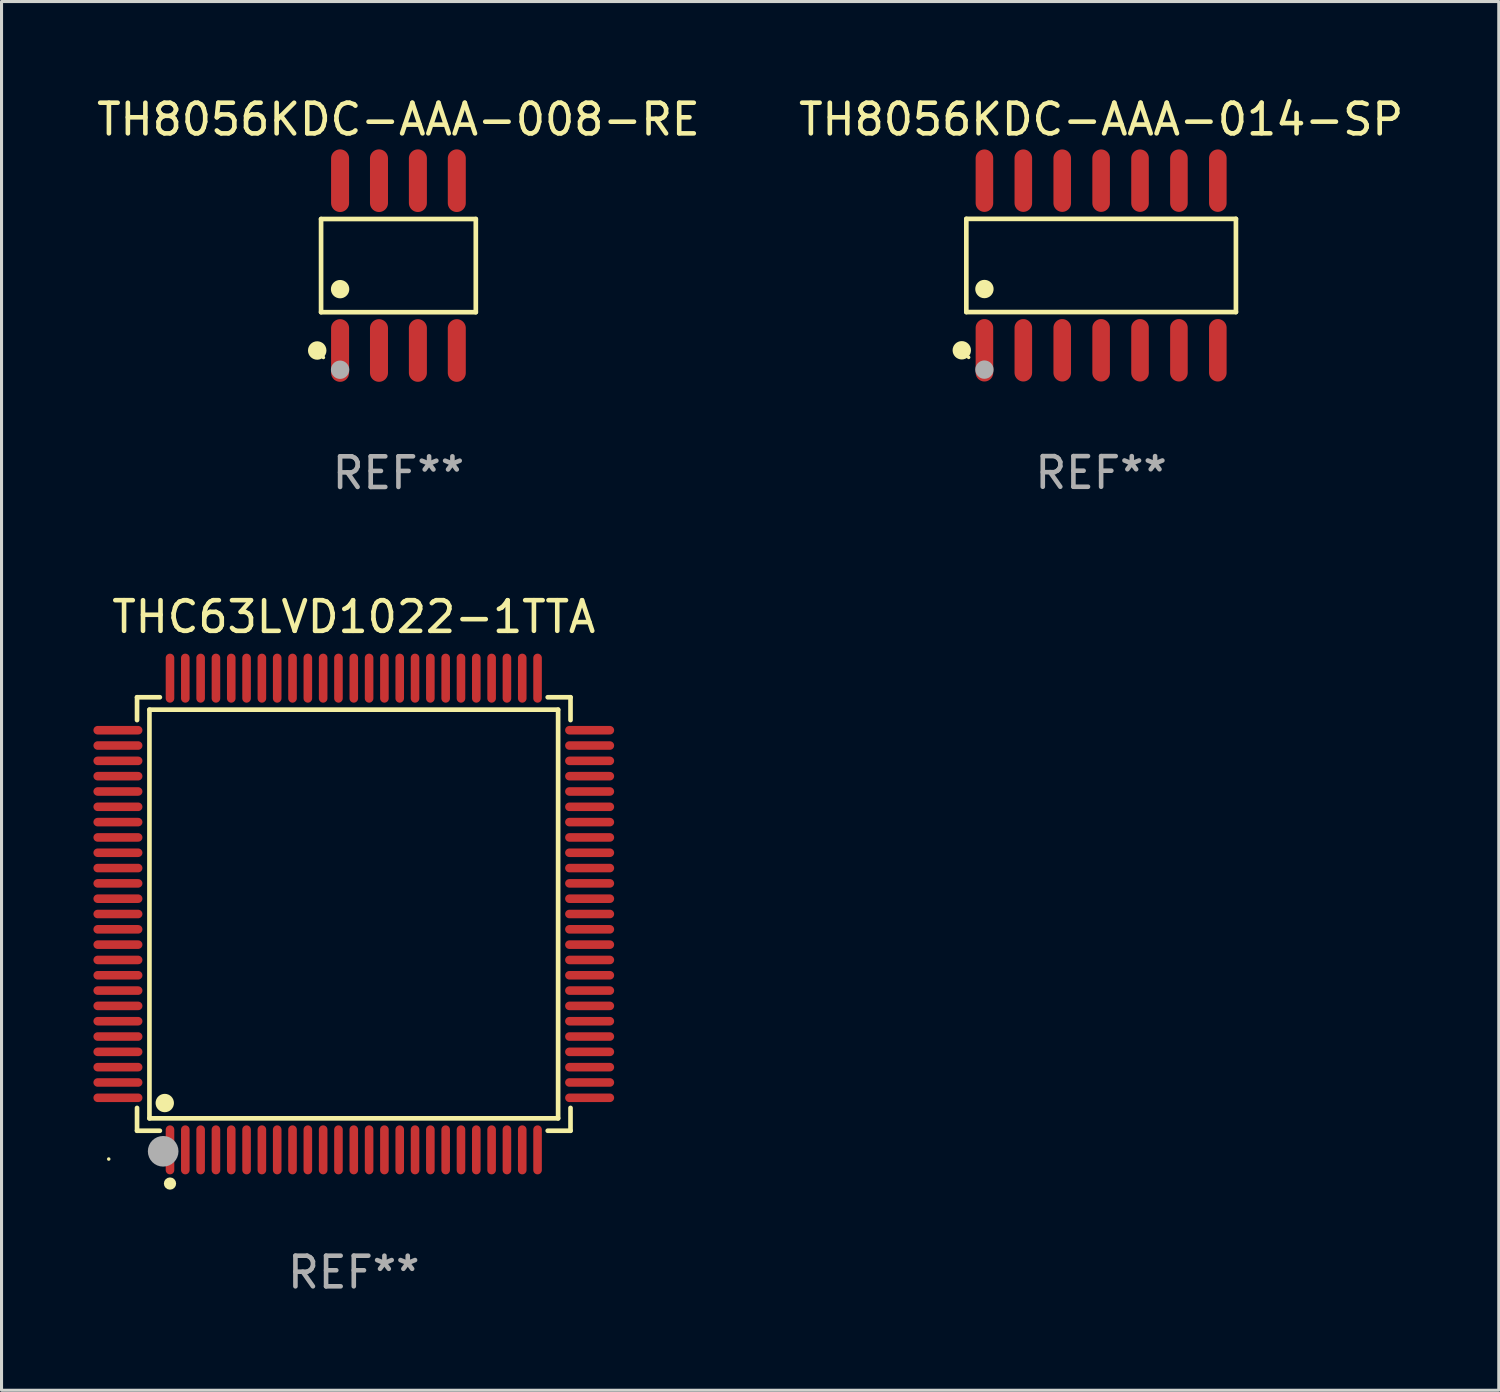
<source format=kicad_pcb>
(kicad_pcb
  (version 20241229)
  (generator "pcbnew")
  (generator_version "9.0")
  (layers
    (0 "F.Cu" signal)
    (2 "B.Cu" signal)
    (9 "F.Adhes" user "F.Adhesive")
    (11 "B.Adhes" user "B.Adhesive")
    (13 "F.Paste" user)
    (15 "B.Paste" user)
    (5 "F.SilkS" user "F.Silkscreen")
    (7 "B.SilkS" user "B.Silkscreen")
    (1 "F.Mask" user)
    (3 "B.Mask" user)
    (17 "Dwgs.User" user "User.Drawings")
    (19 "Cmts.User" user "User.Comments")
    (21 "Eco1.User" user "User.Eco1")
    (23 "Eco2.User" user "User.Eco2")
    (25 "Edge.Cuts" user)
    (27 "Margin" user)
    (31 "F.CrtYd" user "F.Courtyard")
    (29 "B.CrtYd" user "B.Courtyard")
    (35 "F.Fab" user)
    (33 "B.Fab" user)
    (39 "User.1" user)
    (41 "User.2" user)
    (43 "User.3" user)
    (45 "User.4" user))
  (footprint "TH8056KDC-AAA-008-RE"
    (layer "F.Cu")
    (at 9.958 5.621)
    (property "Reference" "TH8056KDC-AAA-008-RE" (at 0 -4.772 0) (layer "F.SilkS") (effects (font (size 1 1) (thickness 0.15))))
    (attr through_hole)
    (fp_line (start -2.526 -1.521) (end 2.526 -1.521) (stroke (width 0.152) (type solid)) (layer "F.SilkS"))
    (fp_line (start -2.526 1.521) (end -2.526 -1.521) (stroke (width 0.152) (type solid)) (layer "F.SilkS"))
    (fp_line (start 2.526 -1.521) (end 2.526 1.521) (stroke (width 0.152) (type solid)) (layer "F.SilkS"))
    (fp_line (start 2.526 1.521) (end -2.526 1.521) (stroke (width 0.152) (type solid)) (layer "F.SilkS"))
    (fp_circle (center -2.652 2.772) (end -2.501 2.772) (stroke (width 0.3) (type solid)) (fill no) (layer "F.SilkS"))
    (fp_circle (center -2.45 3) (end -2.42 3) (stroke (width 0.06) (type solid)) (fill no) (layer "F.SilkS"))
    (fp_circle (center -1.905 0.769) (end -1.755 0.769) (stroke (width 0.3) (type solid)) (fill no) (layer "F.SilkS"))
    (fp_circle (center -1.905 3.4) (end -1.755 3.4) (stroke (width 0.3) (type solid)) (fill no) (layer "F.Fab"))
    (fp_text user "REF**" (at 0 6.772 0) (layer "F.Fab") (effects (font (size 1 1) (thickness 0.15))))
    (pad "1" smd oval (at -1.905 2.772) (size 0.588 2.045) (layers "F.Cu" "F.Mask" "F.Paste"))
    (pad "2" smd oval (at -0.635 2.772) (size 0.588 2.045) (layers "F.Cu" "F.Mask" "F.Paste"))
    (pad "3" smd oval (at 0.635 2.772) (size 0.588 2.045) (layers "F.Cu" "F.Mask" "F.Paste"))
    (pad "4" smd oval (at 1.905 2.772) (size 0.588 2.045) (layers "F.Cu" "F.Mask" "F.Paste"))
    (pad "5" smd oval (at 1.905 -2.772) (size 0.588 2.045) (layers "F.Cu" "F.Mask" "F.Paste"))
    (pad "6" smd oval (at 0.635 -2.772) (size 0.588 2.045) (layers "F.Cu" "F.Mask" "F.Paste"))
    (pad "7" smd oval (at -0.635 -2.772) (size 0.588 2.045) (layers "F.Cu" "F.Mask" "F.Paste"))
    (pad "8" smd oval (at -1.905 -2.772) (size 0.588 2.045) (layers "F.Cu" "F.Mask" "F.Paste")))
  (footprint "THC63LVD1022-1TTA"
    (layer "F.Cu")
    (at 8.5 26.79)
    (property "Reference" "THC63LVD1022-1TTA" (at 0 -9.7 0) (layer "F.SilkS") (effects (font (size 1 1) (thickness 0.15))))
    (attr through_hole)
    (fp_line (start -7.076 -7.076) (end -6.331 -7.076) (stroke (width 0.152) (type solid)) (layer "F.SilkS"))
    (fp_line (start -7.076 -6.331) (end -7.076 -7.076) (stroke (width 0.152) (type solid)) (layer "F.SilkS"))
    (fp_line (start -7.076 6.331) (end -7.076 7.076) (stroke (width 0.152) (type solid)) (layer "F.SilkS"))
    (fp_line (start -7.076 7.076) (end -6.331 7.076) (stroke (width 0.152) (type solid)) (layer "F.SilkS"))
    (fp_line (start -6.671 -6.671) (end 6.671 -6.671) (stroke (width 0.152) (type solid)) (layer "F.SilkS"))
    (fp_line (start -6.671 6.671) (end -6.671 -6.671) (stroke (width 0.152) (type solid)) (layer "F.SilkS"))
    (fp_line (start 6.671 -6.671) (end 6.671 6.671) (stroke (width 0.152) (type solid)) (layer "F.SilkS"))
    (fp_line (start 6.671 6.671) (end -6.671 6.671) (stroke (width 0.152) (type solid)) (layer "F.SilkS"))
    (fp_line (start 7.076 -7.076) (end 6.331 -7.076) (stroke (width 0.152) (type solid)) (layer "F.SilkS"))
    (fp_line (start 7.076 -6.331) (end 7.076 -7.076) (stroke (width 0.152) (type solid)) (layer "F.SilkS"))
    (fp_line (start 7.076 6.331) (end 7.076 7.076) (stroke (width 0.152) (type solid)) (layer "F.SilkS"))
    (fp_line (start 7.076 7.076) (end 6.331 7.076) (stroke (width 0.152) (type solid)) (layer "F.SilkS"))
    (fp_circle (center -8 8) (end -7.97 8) (stroke (width 0.06) (type solid)) (fill no) (layer "F.SilkS"))
    (fp_circle (center -6.171 6.171) (end -6.021 6.171) (stroke (width 0.3) (type solid)) (fill no) (layer "F.SilkS"))
    (fp_circle (center -6 8.8) (end -5.9 8.8) (stroke (width 0.2) (type solid)) (fill no) (layer "F.SilkS"))
    (fp_circle (center -6.223 7.747) (end -5.973 7.747) (stroke (width 0.5) (type solid)) (fill no) (layer "F.Fab"))
    (fp_text user "REF**" (at 0 11.7 0) (layer "F.Fab") (effects (font (size 1 1) (thickness 0.15))))
    (pad "1" smd oval (at -6 7.7) (size 0.28 1.6) (layers "F.Cu" "F.Mask" "F.Paste"))
    (pad "2" smd oval (at -5.5 7.7) (size 0.28 1.6) (layers "F.Cu" "F.Mask" "F.Paste"))
    (pad "3" smd oval (at -5 7.7) (size 0.28 1.6) (layers "F.Cu" "F.Mask" "F.Paste"))
    (pad "4" smd oval (at -4.5 7.7) (size 0.28 1.6) (layers "F.Cu" "F.Mask" "F.Paste"))
    (pad "5" smd oval (at -4 7.7) (size 0.28 1.6) (layers "F.Cu" "F.Mask" "F.Paste"))
    (pad "6" smd oval (at -3.5 7.7) (size 0.28 1.6) (layers "F.Cu" "F.Mask" "F.Paste"))
    (pad "7" smd oval (at -3 7.7) (size 0.28 1.6) (layers "F.Cu" "F.Mask" "F.Paste"))
    (pad "8" smd oval (at -2.5 7.7) (size 0.28 1.6) (layers "F.Cu" "F.Mask" "F.Paste"))
    (pad "9" smd oval (at -2 7.7) (size 0.28 1.6) (layers "F.Cu" "F.Mask" "F.Paste"))
    (pad "10" smd oval (at -1.5 7.7) (size 0.28 1.6) (layers "F.Cu" "F.Mask" "F.Paste"))
    (pad "11" smd oval (at -1 7.7) (size 0.28 1.6) (layers "F.Cu" "F.Mask" "F.Paste"))
    (pad "12" smd oval (at -0.5 7.7) (size 0.28 1.6) (layers "F.Cu" "F.Mask" "F.Paste"))
    (pad "13" smd oval (at 0 7.7) (size 0.28 1.6) (layers "F.Cu" "F.Mask" "F.Paste"))
    (pad "14" smd oval (at 0.5 7.7) (size 0.28 1.6) (layers "F.Cu" "F.Mask" "F.Paste"))
    (pad "15" smd oval (at 1 7.7) (size 0.28 1.6) (layers "F.Cu" "F.Mask" "F.Paste"))
    (pad "16" smd oval (at 1.5 7.7) (size 0.28 1.6) (layers "F.Cu" "F.Mask" "F.Paste"))
    (pad "17" smd oval (at 2 7.7) (size 0.28 1.6) (layers "F.Cu" "F.Mask" "F.Paste"))
    (pad "18" smd oval (at 2.5 7.7) (size 0.28 1.6) (layers "F.Cu" "F.Mask" "F.Paste"))
    (pad "19" smd oval (at 3 7.7) (size 0.28 1.6) (layers "F.Cu" "F.Mask" "F.Paste"))
    (pad "20" smd oval (at 3.5 7.7) (size 0.28 1.6) (layers "F.Cu" "F.Mask" "F.Paste"))
    (pad "21" smd oval (at 4 7.7) (size 0.28 1.6) (layers "F.Cu" "F.Mask" "F.Paste"))
    (pad "22" smd oval (at 4.5 7.7) (size 0.28 1.6) (layers "F.Cu" "F.Mask" "F.Paste"))
    (pad "23" smd oval (at 5 7.7) (size 0.28 1.6) (layers "F.Cu" "F.Mask" "F.Paste"))
    (pad "24" smd oval (at 5.5 7.7) (size 0.28 1.6) (layers "F.Cu" "F.Mask" "F.Paste"))
    (pad "25" smd oval (at 6 7.7) (size 0.28 1.6) (layers "F.Cu" "F.Mask" "F.Paste"))
    (pad "26" smd oval (at 7.7 6) (size 1.6 0.28) (layers "F.Cu" "F.Mask" "F.Paste"))
    (pad "27" smd oval (at 7.7 5.5) (size 1.6 0.28) (layers "F.Cu" "F.Mask" "F.Paste"))
    (pad "28" smd oval (at 7.7 5) (size 1.6 0.28) (layers "F.Cu" "F.Mask" "F.Paste"))
    (pad "29" smd oval (at 7.7 4.5) (size 1.6 0.28) (layers "F.Cu" "F.Mask" "F.Paste"))
    (pad "30" smd oval (at 7.7 4) (size 1.6 0.28) (layers "F.Cu" "F.Mask" "F.Paste"))
    (pad "31" smd oval (at 7.7 3.5) (size 1.6 0.28) (layers "F.Cu" "F.Mask" "F.Paste"))
    (pad "32" smd oval (at 7.7 3) (size 1.6 0.28) (layers "F.Cu" "F.Mask" "F.Paste"))
    (pad "33" smd oval (at 7.7 2.5) (size 1.6 0.28) (layers "F.Cu" "F.Mask" "F.Paste"))
    (pad "34" smd oval (at 7.7 2) (size 1.6 0.28) (layers "F.Cu" "F.Mask" "F.Paste"))
    (pad "35" smd oval (at 7.7 1.5) (size 1.6 0.28) (layers "F.Cu" "F.Mask" "F.Paste"))
    (pad "36" smd oval (at 7.7 1) (size 1.6 0.28) (layers "F.Cu" "F.Mask" "F.Paste"))
    (pad "37" smd oval (at 7.7 0.5) (size 1.6 0.28) (layers "F.Cu" "F.Mask" "F.Paste"))
    (pad "38" smd oval (at 7.7 0) (size 1.6 0.28) (layers "F.Cu" "F.Mask" "F.Paste"))
    (pad "39" smd oval (at 7.7 -0.5) (size 1.6 0.28) (layers "F.Cu" "F.Mask" "F.Paste"))
    (pad "40" smd oval (at 7.7 -1) (size 1.6 0.28) (layers "F.Cu" "F.Mask" "F.Paste"))
    (pad "41" smd oval (at 7.7 -1.5) (size 1.6 0.28) (layers "F.Cu" "F.Mask" "F.Paste"))
    (pad "42" smd oval (at 7.7 -2) (size 1.6 0.28) (layers "F.Cu" "F.Mask" "F.Paste"))
    (pad "43" smd oval (at 7.7 -2.5) (size 1.6 0.28) (layers "F.Cu" "F.Mask" "F.Paste"))
    (pad "44" smd oval (at 7.7 -3) (size 1.6 0.28) (layers "F.Cu" "F.Mask" "F.Paste"))
    (pad "45" smd oval (at 7.7 -3.5) (size 1.6 0.28) (layers "F.Cu" "F.Mask" "F.Paste"))
    (pad "46" smd oval (at 7.7 -4) (size 1.6 0.28) (layers "F.Cu" "F.Mask" "F.Paste"))
    (pad "47" smd oval (at 7.7 -4.5) (size 1.6 0.28) (layers "F.Cu" "F.Mask" "F.Paste"))
    (pad "48" smd oval (at 7.7 -5) (size 1.6 0.28) (layers "F.Cu" "F.Mask" "F.Paste"))
    (pad "49" smd oval (at 7.7 -5.5) (size 1.6 0.28) (layers "F.Cu" "F.Mask" "F.Paste"))
    (pad "50" smd oval (at 7.7 -6) (size 1.6 0.28) (layers "F.Cu" "F.Mask" "F.Paste"))
    (pad "51" smd oval (at 6 -7.7) (size 0.28 1.6) (layers "F.Cu" "F.Mask" "F.Paste"))
    (pad "52" smd oval (at 5.5 -7.7) (size 0.28 1.6) (layers "F.Cu" "F.Mask" "F.Paste"))
    (pad "53" smd oval (at 5 -7.7) (size 0.28 1.6) (layers "F.Cu" "F.Mask" "F.Paste"))
    (pad "54" smd oval (at 4.5 -7.7) (size 0.28 1.6) (layers "F.Cu" "F.Mask" "F.Paste"))
    (pad "55" smd oval (at 4 -7.7) (size 0.28 1.6) (layers "F.Cu" "F.Mask" "F.Paste"))
    (pad "56" smd oval (at 3.5 -7.7) (size 0.28 1.6) (layers "F.Cu" "F.Mask" "F.Paste"))
    (pad "57" smd oval (at 3 -7.7) (size 0.28 1.6) (layers "F.Cu" "F.Mask" "F.Paste"))
    (pad "58" smd oval (at 2.5 -7.7) (size 0.28 1.6) (layers "F.Cu" "F.Mask" "F.Paste"))
    (pad "59" smd oval (at 2 -7.7) (size 0.28 1.6) (layers "F.Cu" "F.Mask" "F.Paste"))
    (pad "60" smd oval (at 1.5 -7.7) (size 0.28 1.6) (layers "F.Cu" "F.Mask" "F.Paste"))
    (pad "61" smd oval (at 1 -7.7) (size 0.28 1.6) (layers "F.Cu" "F.Mask" "F.Paste"))
    (pad "62" smd oval (at 0.5 -7.7) (size 0.28 1.6) (layers "F.Cu" "F.Mask" "F.Paste"))
    (pad "63" smd oval (at 0 -7.7) (size 0.28 1.6) (layers "F.Cu" "F.Mask" "F.Paste"))
    (pad "64" smd oval (at -0.5 -7.7) (size 0.28 1.6) (layers "F.Cu" "F.Mask" "F.Paste"))
    (pad "65" smd oval (at -1 -7.7) (size 0.28 1.6) (layers "F.Cu" "F.Mask" "F.Paste"))
    (pad "66" smd oval (at -1.5 -7.7) (size 0.28 1.6) (layers "F.Cu" "F.Mask" "F.Paste"))
    (pad "67" smd oval (at -2 -7.7) (size 0.28 1.6) (layers "F.Cu" "F.Mask" "F.Paste"))
    (pad "68" smd oval (at -2.5 -7.7) (size 0.28 1.6) (layers "F.Cu" "F.Mask" "F.Paste"))
    (pad "69" smd oval (at -3 -7.7) (size 0.28 1.6) (layers "F.Cu" "F.Mask" "F.Paste"))
    (pad "70" smd oval (at -3.5 -7.7) (size 0.28 1.6) (layers "F.Cu" "F.Mask" "F.Paste"))
    (pad "71" smd oval (at -4 -7.7) (size 0.28 1.6) (layers "F.Cu" "F.Mask" "F.Paste"))
    (pad "72" smd oval (at -4.5 -7.7) (size 0.28 1.6) (layers "F.Cu" "F.Mask" "F.Paste"))
    (pad "73" smd oval (at -5 -7.7) (size 0.28 1.6) (layers "F.Cu" "F.Mask" "F.Paste"))
    (pad "74" smd oval (at -5.5 -7.7) (size 0.28 1.6) (layers "F.Cu" "F.Mask" "F.Paste"))
    (pad "75" smd oval (at -6 -7.7) (size 0.28 1.6) (layers "F.Cu" "F.Mask" "F.Paste"))
    (pad "76" smd oval (at -7.7 -6) (size 1.6 0.28) (layers "F.Cu" "F.Mask" "F.Paste"))
    (pad "77" smd oval (at -7.7 -5.5) (size 1.6 0.28) (layers "F.Cu" "F.Mask" "F.Paste"))
    (pad "78" smd oval (at -7.7 -5) (size 1.6 0.28) (layers "F.Cu" "F.Mask" "F.Paste"))
    (pad "79" smd oval (at -7.7 -4.5) (size 1.6 0.28) (layers "F.Cu" "F.Mask" "F.Paste"))
    (pad "80" smd oval (at -7.7 -4) (size 1.6 0.28) (layers "F.Cu" "F.Mask" "F.Paste"))
    (pad "81" smd oval (at -7.7 -3.5) (size 1.6 0.28) (layers "F.Cu" "F.Mask" "F.Paste"))
    (pad "82" smd oval (at -7.7 -3) (size 1.6 0.28) (layers "F.Cu" "F.Mask" "F.Paste"))
    (pad "83" smd oval (at -7.7 -2.5) (size 1.6 0.28) (layers "F.Cu" "F.Mask" "F.Paste"))
    (pad "84" smd oval (at -7.7 -2) (size 1.6 0.28) (layers "F.Cu" "F.Mask" "F.Paste"))
    (pad "85" smd oval (at -7.7 -1.5) (size 1.6 0.28) (layers "F.Cu" "F.Mask" "F.Paste"))
    (pad "86" smd oval (at -7.7 -1) (size 1.6 0.28) (layers "F.Cu" "F.Mask" "F.Paste"))
    (pad "87" smd oval (at -7.7 -0.5) (size 1.6 0.28) (layers "F.Cu" "F.Mask" "F.Paste"))
    (pad "88" smd oval (at -7.7 0) (size 1.6 0.28) (layers "F.Cu" "F.Mask" "F.Paste"))
    (pad "89" smd oval (at -7.7 0.5) (size 1.6 0.28) (layers "F.Cu" "F.Mask" "F.Paste"))
    (pad "90" smd oval (at -7.7 1) (size 1.6 0.28) (layers "F.Cu" "F.Mask" "F.Paste"))
    (pad "91" smd oval (at -7.7 1.5) (size 1.6 0.28) (layers "F.Cu" "F.Mask" "F.Paste"))
    (pad "92" smd oval (at -7.7 2) (size 1.6 0.28) (layers "F.Cu" "F.Mask" "F.Paste"))
    (pad "93" smd oval (at -7.7 2.5) (size 1.6 0.28) (layers "F.Cu" "F.Mask" "F.Paste"))
    (pad "94" smd oval (at -7.7 3) (size 1.6 0.28) (layers "F.Cu" "F.Mask" "F.Paste"))
    (pad "95" smd oval (at -7.7 3.5) (size 1.6 0.28) (layers "F.Cu" "F.Mask" "F.Paste"))
    (pad "96" smd oval (at -7.7 4) (size 1.6 0.28) (layers "F.Cu" "F.Mask" "F.Paste"))
    (pad "97" smd oval (at -7.7 4.5) (size 1.6 0.28) (layers "F.Cu" "F.Mask" "F.Paste"))
    (pad "98" smd oval (at -7.7 5) (size 1.6 0.28) (layers "F.Cu" "F.Mask" "F.Paste"))
    (pad "99" smd oval (at -7.7 5.5) (size 1.6 0.28) (layers "F.Cu" "F.Mask" "F.Paste"))
    (pad "100" smd oval (at -7.7 6) (size 1.6 0.28) (layers "F.Cu" "F.Mask" "F.Paste")))
  (footprint "TH8056KDC-AAA-014-SP"
    (layer "F.Cu")
    (at 32.899 5.617)
    (property "Reference" "TH8056KDC-AAA-014-SP" (at 0 -4.769 0) (layer "F.SilkS") (effects (font (size 1 1) (thickness 0.15))))
    (attr through_hole)
    (fp_line (start -4.401 -1.521) (end 4.401 -1.521) (stroke (width 0.152) (type solid)) (layer "F.SilkS"))
    (fp_line (start -4.401 1.521) (end -4.401 -1.521) (stroke (width 0.152) (type solid)) (layer "F.SilkS"))
    (fp_line (start 4.401 -1.521) (end 4.401 1.521) (stroke (width 0.152) (type solid)) (layer "F.SilkS"))
    (fp_line (start 4.401 1.521) (end -4.401 1.521) (stroke (width 0.152) (type solid)) (layer "F.SilkS"))
    (fp_circle (center -4.549 2.769) (end -4.399 2.769) (stroke (width 0.3) (type solid)) (fill no) (layer "F.SilkS"))
    (fp_circle (center -4.325 3) (end -4.295 3) (stroke (width 0.06) (type solid)) (fill no) (layer "F.SilkS"))
    (fp_circle (center -3.81 0.769) (end -3.66 0.769) (stroke (width 0.3) (type solid)) (fill no) (layer "F.SilkS"))
    (fp_circle (center -3.81 3.4) (end -3.66 3.4) (stroke (width 0.3) (type solid)) (fill no) (layer "F.Fab"))
    (fp_text user "REF**" (at 0 6.769 0) (layer "F.Fab") (effects (font (size 1 1) (thickness 0.15))))
    (pad "1" smd oval (at -3.81 2.769) (size 0.574 2.038) (layers "F.Cu" "F.Mask" "F.Paste"))
    (pad "2" smd oval (at -2.54 2.769) (size 0.574 2.038) (layers "F.Cu" "F.Mask" "F.Paste"))
    (pad "3" smd oval (at -1.27 2.769) (size 0.574 2.038) (layers "F.Cu" "F.Mask" "F.Paste"))
    (pad "4" smd oval (at 0 2.769) (size 0.574 2.038) (layers "F.Cu" "F.Mask" "F.Paste"))
    (pad "5" smd oval (at 1.27 2.769) (size 0.574 2.038) (layers "F.Cu" "F.Mask" "F.Paste"))
    (pad "6" smd oval (at 2.54 2.769) (size 0.574 2.038) (layers "F.Cu" "F.Mask" "F.Paste"))
    (pad "7" smd oval (at 3.81 2.769) (size 0.574 2.038) (layers "F.Cu" "F.Mask" "F.Paste"))
    (pad "8" smd oval (at 3.81 -2.769) (size 0.574 2.038) (layers "F.Cu" "F.Mask" "F.Paste"))
    (pad "9" smd oval (at 2.54 -2.769) (size 0.574 2.038) (layers "F.Cu" "F.Mask" "F.Paste"))
    (pad "10" smd oval (at 1.27 -2.769) (size 0.574 2.038) (layers "F.Cu" "F.Mask" "F.Paste"))
    (pad "11" smd oval (at 0 -2.769) (size 0.574 2.038) (layers "F.Cu" "F.Mask" "F.Paste"))
    (pad "12" smd oval (at -1.27 -2.769) (size 0.574 2.038) (layers "F.Cu" "F.Mask" "F.Paste"))
    (pad "13" smd oval (at -2.54 -2.769) (size 0.574 2.038) (layers "F.Cu" "F.Mask" "F.Paste"))
    (pad "14" smd oval (at -3.81 -2.769) (size 0.574 2.038) (layers "F.Cu" "F.Mask" "F.Paste")))
  (gr_rect
    (start -3 -3)
    (end 45.881 42.338)
    (stroke (width 0.1) (type default))
    (fill no)
    (layer "Edge.Cuts")))
</source>
